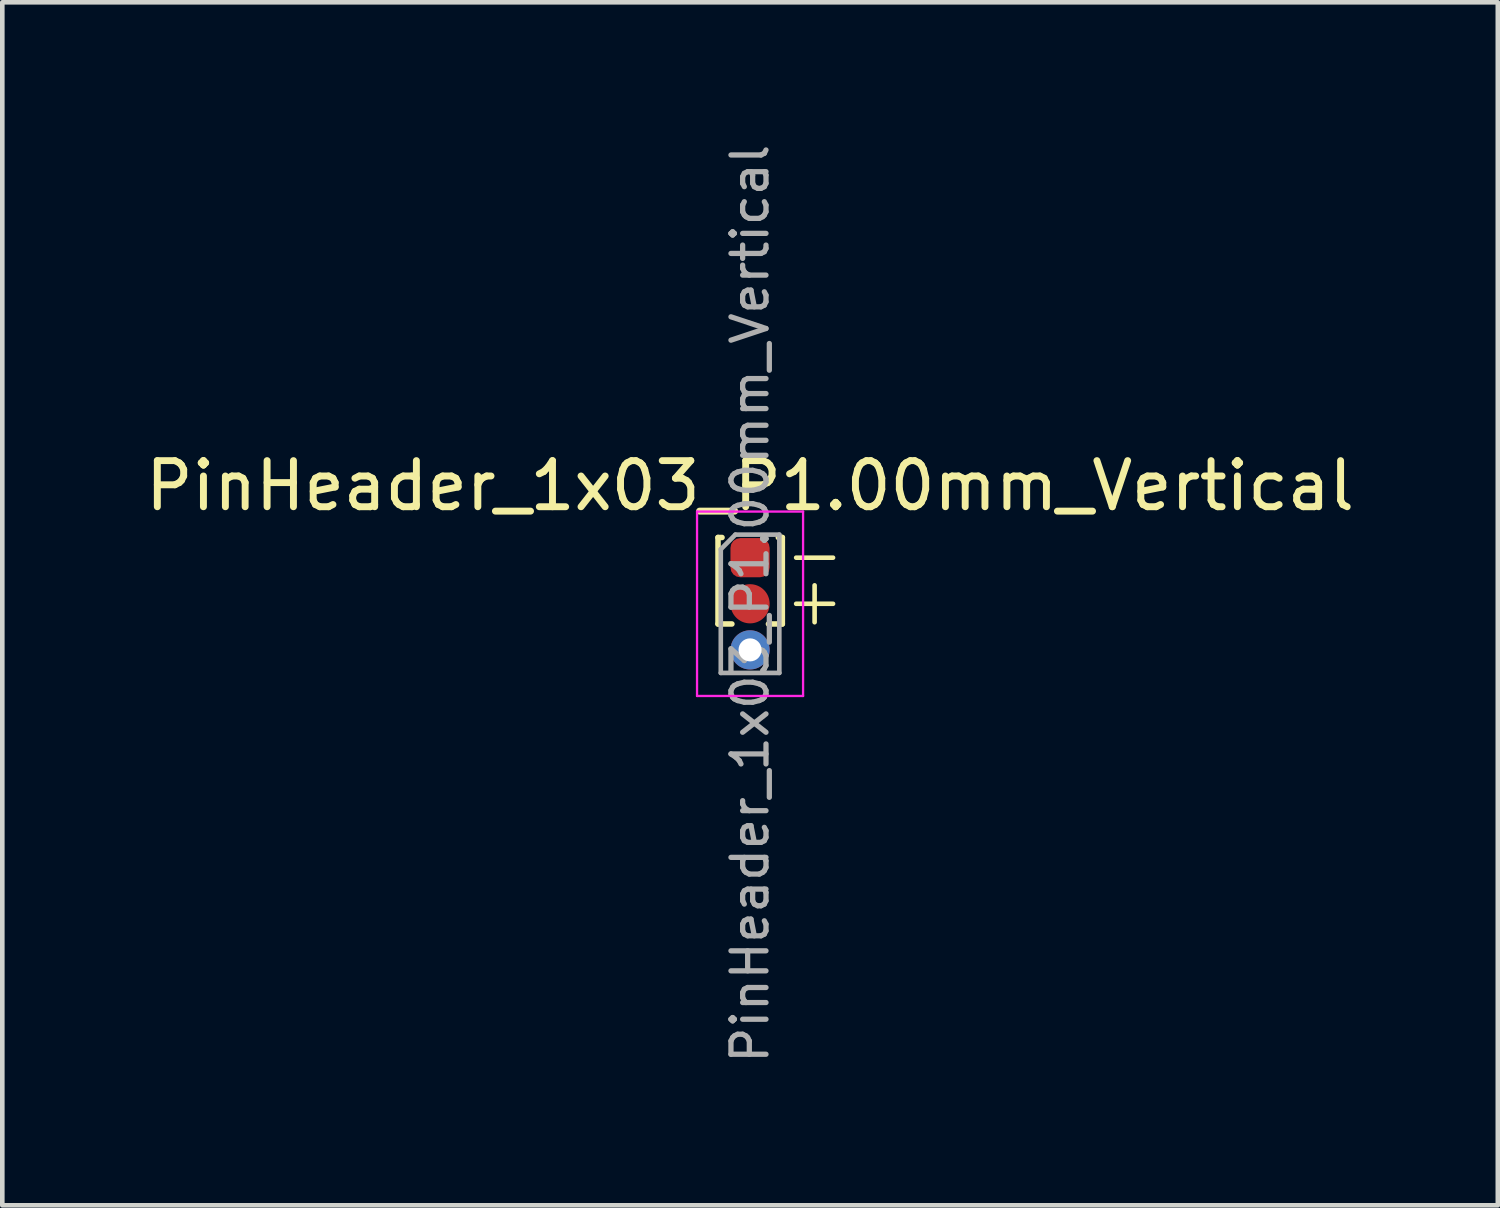
<source format=kicad_pcb>
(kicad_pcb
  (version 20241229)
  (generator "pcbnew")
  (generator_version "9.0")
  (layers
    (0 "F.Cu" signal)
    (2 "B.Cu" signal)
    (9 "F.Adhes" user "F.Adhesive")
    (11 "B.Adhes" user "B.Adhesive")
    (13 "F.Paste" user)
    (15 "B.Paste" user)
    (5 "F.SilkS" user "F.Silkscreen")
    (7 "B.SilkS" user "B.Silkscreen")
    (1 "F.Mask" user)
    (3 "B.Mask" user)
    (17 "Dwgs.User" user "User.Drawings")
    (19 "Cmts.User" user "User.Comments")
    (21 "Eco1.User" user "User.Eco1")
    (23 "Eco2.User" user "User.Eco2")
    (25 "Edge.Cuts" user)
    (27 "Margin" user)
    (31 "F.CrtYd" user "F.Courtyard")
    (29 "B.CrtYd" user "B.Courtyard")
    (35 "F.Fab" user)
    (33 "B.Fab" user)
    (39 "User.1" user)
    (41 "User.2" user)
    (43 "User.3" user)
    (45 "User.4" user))
  (footprint "PinHeader_1x03_P1.00mm_Vertical"
    (layer "F.Cu")
    (at 13.22 9.047)
    (property "Reference" "PinHeader_1x03_P1.00mm_Vertical" (at 0 -1.56 0) (layer "F.SilkS") (effects (font (size 1 1) (thickness 0.15))))
    (attr through_hole)
    (fp_line (start -0.695 -0.438) (end -0.695 1.438) (stroke (width 0.12) (type solid)) (layer "F.SilkS"))
    (fp_line (start -0.695 -0.438) (end -0.608 -0.438) (stroke (width 0.12) (type solid)) (layer "F.SilkS"))
    (fp_line (start -0.695 1.438) (end -0.394 1.438) (stroke (width 0.12) (type solid)) (layer "F.SilkS"))
    (fp_line (start 0.399 1.438) (end 0.7 1.438) (stroke (width 0.12) (type solid)) (layer "F.SilkS"))
    (fp_line (start 0.613 -0.438) (end 0.7 -0.438) (stroke (width 0.12) (type solid)) (layer "F.SilkS"))
    (fp_line (start 0.7 -0.438) (end 0.7 1.438) (stroke (width 0.12) (type solid)) (layer "F.SilkS"))
    (fp_line (start 1 0) (end 1.8 0) (stroke (width 0.1) (type default)) (layer "F.SilkS"))
    (fp_line (start 1 1) (end 1.8 1) (stroke (width 0.1) (type default)) (layer "F.SilkS"))
    (fp_line (start 1.4 0.6) (end 1.4 1.4) (stroke (width 0.1) (type default)) (layer "F.SilkS"))
    (fp_line (start -1.15 -1) (end -1.15 3) (stroke (width 0.05) (type solid)) (layer "F.CrtYd"))
    (fp_line (start -1.15 3) (end 1.15 3) (stroke (width 0.05) (type solid)) (layer "F.CrtYd"))
    (fp_line (start 1.15 -1) (end -1.15 -1) (stroke (width 0.05) (type solid)) (layer "F.CrtYd"))
    (fp_line (start 1.15 3) (end 1.15 -1) (stroke (width 0.05) (type solid)) (layer "F.CrtYd"))
    (fp_line (start -0.635 -0.182) (end -0.318 -0.5) (stroke (width 0.1) (type solid)) (layer "F.Fab"))
    (fp_line (start -0.635 2.5) (end -0.635 -0.182) (stroke (width 0.1) (type solid)) (layer "F.Fab"))
    (fp_line (start -0.318 -0.5) (end 0.635 -0.5) (stroke (width 0.1) (type solid)) (layer "F.Fab"))
    (fp_line (start 0.635 -0.5) (end 0.635 2.5) (stroke (width 0.1) (type solid)) (layer "F.Fab"))
    (fp_line (start 0.635 2.5) (end -0.635 2.5) (stroke (width 0.1) (type solid)) (layer "F.Fab"))
    (fp_text user "${REFERENCE}" (at 0 1 90) (layer "F.Fab") (effects (font (size 0.76 0.76) (thickness 0.114))))
    (pad "1" smd roundrect (at 0 0) (size 0.85 0.85) (layers "F.Cu" "F.Mask" "F.Paste") (roundrect_rratio 0.25))
    (pad "2" smd oval (at 0 1) (size 0.85 0.85) (layers "F.Cu" "F.Mask" "F.Paste"))
    (pad "3" thru_hole oval (at 0 2) (size 0.85 0.85) (drill 0.5) (layers "*.Cu" "*.Mask")))
  (gr_rect
    (start -3 -3)
    (end 29.44 23.095)
    (stroke (width 0.1) (type default))
    (fill no)
    (layer "Edge.Cuts")))
</source>
